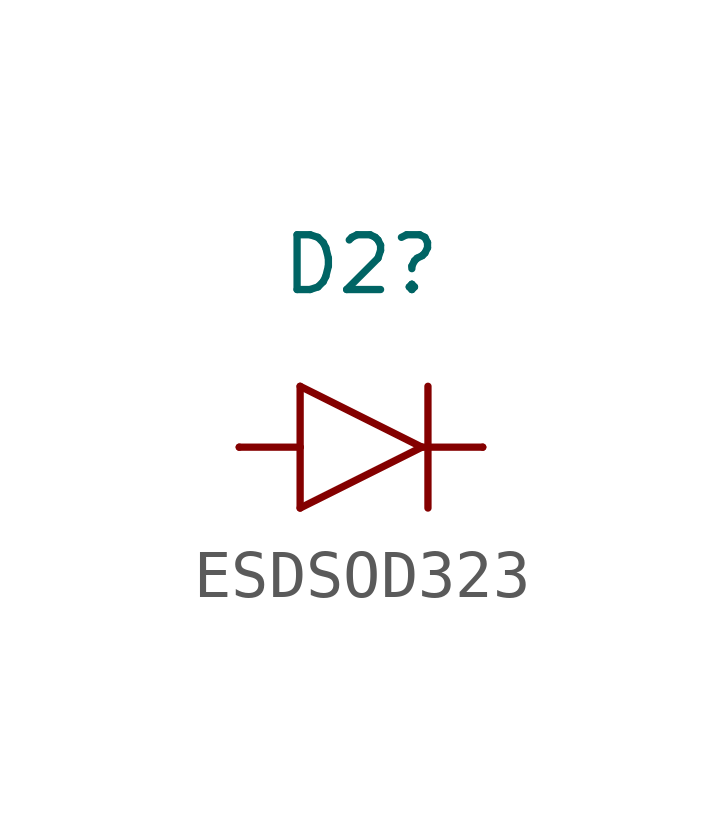
<source format=kicad_sym>
(kicad_symbol_lib
  (version 20231120)
  (generator "kicad_symbol_editor")
  (generator_version "8.0")
  (symbol "ESDSOD323"
    (pin_numbers hide)
    (pin_names
      (offset 1.016) hide)
    (property "Reference" "D2"
      (at 0 3.81 0)
      (effects (font (size 1.143 1.143))))
    (symbol "ESDSOD323_1_0"
      (polyline (pts (xy -2.54 0) (xy -1.27 0)) (stroke (width 0) (type default)) (fill (type none)))
      (polyline (pts (xy -1.27 -1.27) (xy 1.27 0)) (stroke (width 0) (type default)) (fill (type none)))
      (polyline (pts (xy -1.27 0) (xy -1.27 -1.27)) (stroke (width 0) (type default)) (fill (type none)))
      (polyline (pts (xy -1.27 1.27) (xy -1.27 0)) (stroke (width 0) (type default)) (fill (type none)))
      (polyline (pts (xy 1.27 0) (xy -1.27 1.27)) (stroke (width 0) (type default)) (fill (type none)))
      (polyline (pts (xy 1.397 1.27) (xy 1.397 -1.27)) (stroke (width 0) (type default)) (fill (type none)))
      (polyline (pts (xy 2.54 0) (xy 1.27 0)) (stroke (width 0) (type default)) (fill (type none))))
    (symbol "ESDSOD323_1_1"
      (pin passive line (at 2.54 0 180) (length 0) (name "1" (effects (font (size 1.016 1.016)))) (number "1" (effects (font (size 1.016 1.016)))))
      (pin passive line (at -2.54 0 0) (length 0) (name "2" (effects (font (size 1.016 1.016)))) (number "2" (effects (font (size 1.016 1.016))))))))
</source>
